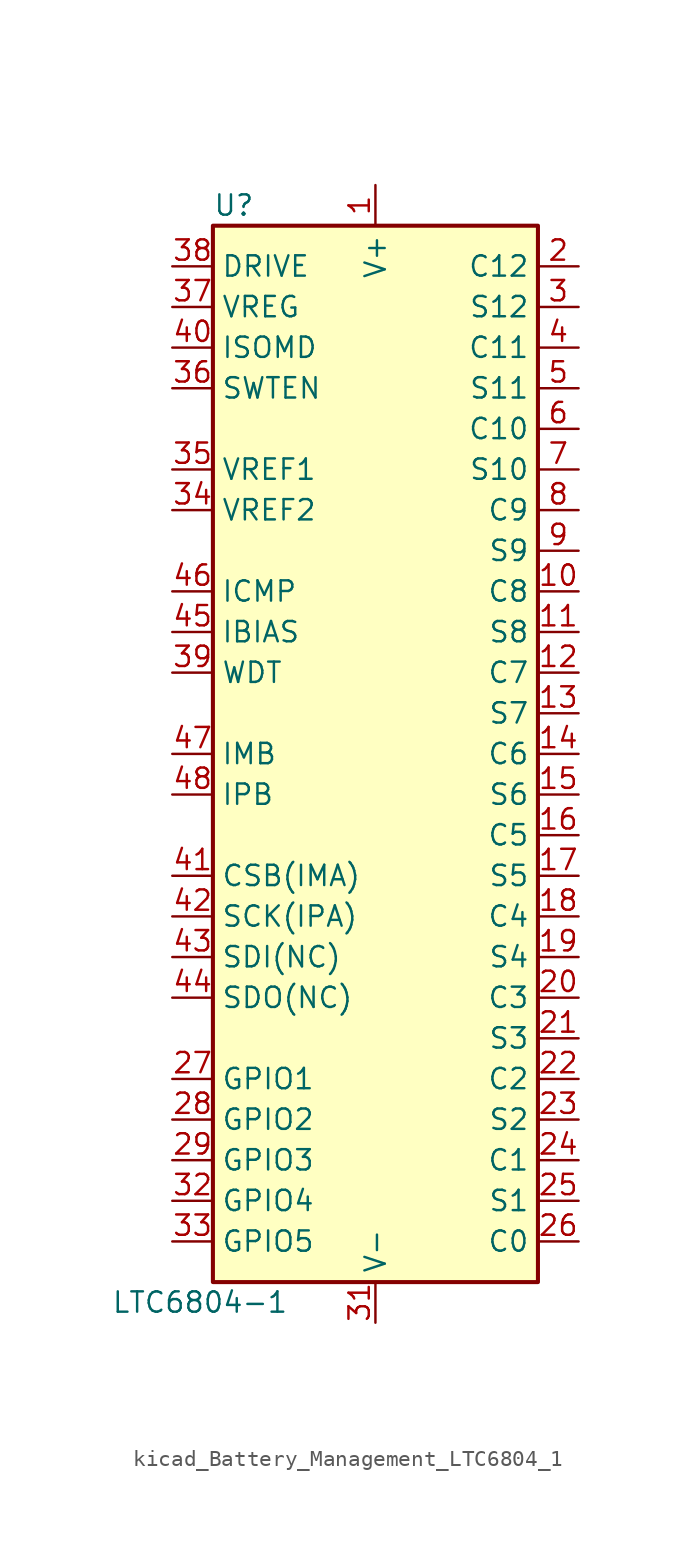
<source format=kicad_sym>
(kicad_symbol_lib
  (version 20220914)
  (generator kicad_symbol_editor)
  (symbol "kicad_Battery_Management_LTC6804_1"
    (property "Reference" "U"
      (at -10.16 34.29 0)
      (effects (font (size 1.27 1.27)) (justify left)))
    (property "Value" "LTC6804-1"
      (at -16.51 -34.29 0)
      (effects (font (size 1.27 1.27)) (justify left)))
    (symbol "kicad_Battery_Management_LTC6804_1_0_1"
      (rectangle (start 10.16 -33.02) (end -10.16 33.02) (stroke (width 0.254) (type default)) (fill (type background))))
    (symbol "kicad_Battery_Management_LTC6804_1_1_1"
      (pin power_in line (at 0 35.56 270) (length 2.54) (name "V+" (effects (font (size 1.27 1.27)))) (number "1" (effects (font (size 1.27 1.27)))))
      (pin input line (at 12.7 10.16 180) (length 2.54) (name "C8" (effects (font (size 1.27 1.27)))) (number "10" (effects (font (size 1.27 1.27)))))
      (pin bidirectional line (at 12.7 7.62 180) (length 2.54) (name "S8" (effects (font (size 1.27 1.27)))) (number "11" (effects (font (size 1.27 1.27)))))
      (pin input line (at 12.7 5.08 180) (length 2.54) (name "C7" (effects (font (size 1.27 1.27)))) (number "12" (effects (font (size 1.27 1.27)))))
      (pin bidirectional line (at 12.7 2.54 180) (length 2.54) (name "S7" (effects (font (size 1.27 1.27)))) (number "13" (effects (font (size 1.27 1.27)))))
      (pin input line (at 12.7 0 180) (length 2.54) (name "C6" (effects (font (size 1.27 1.27)))) (number "14" (effects (font (size 1.27 1.27)))))
      (pin bidirectional line (at 12.7 -2.54 180) (length 2.54) (name "S6" (effects (font (size 1.27 1.27)))) (number "15" (effects (font (size 1.27 1.27)))))
      (pin input line (at 12.7 -5.08 180) (length 2.54) (name "C5" (effects (font (size 1.27 1.27)))) (number "16" (effects (font (size 1.27 1.27)))))
      (pin bidirectional line (at 12.7 -7.62 180) (length 2.54) (name "S5" (effects (font (size 1.27 1.27)))) (number "17" (effects (font (size 1.27 1.27)))))
      (pin input line (at 12.7 -10.16 180) (length 2.54) (name "C4" (effects (font (size 1.27 1.27)))) (number "18" (effects (font (size 1.27 1.27)))))
      (pin bidirectional line (at 12.7 -12.7 180) (length 2.54) (name "S4" (effects (font (size 1.27 1.27)))) (number "19" (effects (font (size 1.27 1.27)))))
      (pin input line (at 12.7 30.48 180) (length 2.54) (name "C12" (effects (font (size 1.27 1.27)))) (number "2" (effects (font (size 1.27 1.27)))))
      (pin input line (at 12.7 -15.24 180) (length 2.54) (name "C3" (effects (font (size 1.27 1.27)))) (number "20" (effects (font (size 1.27 1.27)))))
      (pin bidirectional line (at 12.7 -17.78 180) (length 2.54) (name "S3" (effects (font (size 1.27 1.27)))) (number "21" (effects (font (size 1.27 1.27)))))
      (pin input line (at 12.7 -20.32 180) (length 2.54) (name "C2" (effects (font (size 1.27 1.27)))) (number "22" (effects (font (size 1.27 1.27)))))
      (pin bidirectional line (at 12.7 -22.86 180) (length 2.54) (name "S2" (effects (font (size 1.27 1.27)))) (number "23" (effects (font (size 1.27 1.27)))))
      (pin input line (at 12.7 -25.4 180) (length 2.54) (name "C1" (effects (font (size 1.27 1.27)))) (number "24" (effects (font (size 1.27 1.27)))))
      (pin bidirectional line (at 12.7 -27.94 180) (length 2.54) (name "S1" (effects (font (size 1.27 1.27)))) (number "25" (effects (font (size 1.27 1.27)))))
      (pin input line (at 12.7 -30.48 180) (length 2.54) (name "C0" (effects (font (size 1.27 1.27)))) (number "26" (effects (font (size 1.27 1.27)))))
      (pin bidirectional line (at -12.7 -20.32 0) (length 2.54) (name "GPIO1" (effects (font (size 1.27 1.27)))) (number "27" (effects (font (size 1.27 1.27)))))
      (pin bidirectional line (at -12.7 -22.86 0) (length 2.54) (name "GPIO2" (effects (font (size 1.27 1.27)))) (number "28" (effects (font (size 1.27 1.27)))))
      (pin bidirectional line (at -12.7 -25.4 0) (length 2.54) (name "GPIO3" (effects (font (size 1.27 1.27)))) (number "29" (effects (font (size 1.27 1.27)))))
      (pin bidirectional line (at 12.7 27.94 180) (length 2.54) (name "S12" (effects (font (size 1.27 1.27)))) (number "3" (effects (font (size 1.27 1.27)))))
      (pin passive line (at 0 -35.56 90) (length 2.54) hide (name "V-" (effects (font (size 1.27 1.27)))) (number "30" (effects (font (size 1.27 1.27)))))
      (pin passive line (at 0 -35.56 90) (length 2.54) (name "V-" (effects (font (size 1.27 1.27)))) (number "31" (effects (font (size 1.27 1.27)))))
      (pin bidirectional line (at -12.7 -27.94 0) (length 2.54) (name "GPIO4" (effects (font (size 1.27 1.27)))) (number "32" (effects (font (size 1.27 1.27)))))
      (pin bidirectional line (at -12.7 -30.48 0) (length 2.54) (name "GPIO5" (effects (font (size 1.27 1.27)))) (number "33" (effects (font (size 1.27 1.27)))))
      (pin output line (at -12.7 15.24 0) (length 2.54) (name "VREF2" (effects (font (size 1.27 1.27)))) (number "34" (effects (font (size 1.27 1.27)))))
      (pin output line (at -12.7 17.78 0) (length 2.54) (name "VREF1" (effects (font (size 1.27 1.27)))) (number "35" (effects (font (size 1.27 1.27)))))
      (pin input line (at -12.7 22.86 0) (length 2.54) (name "SWTEN" (effects (font (size 1.27 1.27)))) (number "36" (effects (font (size 1.27 1.27)))))
      (pin input line (at -12.7 27.94 0) (length 2.54) (name "VREG" (effects (font (size 1.27 1.27)))) (number "37" (effects (font (size 1.27 1.27)))))
      (pin output line (at -12.7 30.48 0) (length 2.54) (name "DRIVE" (effects (font (size 1.27 1.27)))) (number "38" (effects (font (size 1.27 1.27)))))
      (pin output line (at -12.7 5.08 0) (length 2.54) (name "WDT" (effects (font (size 1.27 1.27)))) (number "39" (effects (font (size 1.27 1.27)))))
      (pin input line (at 12.7 25.4 180) (length 2.54) (name "C11" (effects (font (size 1.27 1.27)))) (number "4" (effects (font (size 1.27 1.27)))))
      (pin input line (at -12.7 25.4 0) (length 2.54) (name "ISOMD" (effects (font (size 1.27 1.27)))) (number "40" (effects (font (size 1.27 1.27)))))
      (pin bidirectional line (at -12.7 -7.62 0) (length 2.54) (name "CSB(IMA)" (effects (font (size 1.27 1.27)))) (number "41" (effects (font (size 1.27 1.27)))))
      (pin bidirectional line (at -12.7 -10.16 0) (length 2.54) (name "SCK(IPA)" (effects (font (size 1.27 1.27)))) (number "42" (effects (font (size 1.27 1.27)))))
      (pin input line (at -12.7 -12.7 0) (length 2.54) (name "SDI(NC)" (effects (font (size 1.27 1.27)))) (number "43" (effects (font (size 1.27 1.27)))))
      (pin open_collector line (at -12.7 -15.24 0) (length 2.54) (name "SDO(NC)" (effects (font (size 1.27 1.27)))) (number "44" (effects (font (size 1.27 1.27)))))
      (pin passive line (at -12.7 7.62 0) (length 2.54) (name "IBIAS" (effects (font (size 1.27 1.27)))) (number "45" (effects (font (size 1.27 1.27)))))
      (pin passive line (at -12.7 10.16 0) (length 2.54) (name "ICMP" (effects (font (size 1.27 1.27)))) (number "46" (effects (font (size 1.27 1.27)))))
      (pin bidirectional line (at -12.7 0 0) (length 2.54) (name "IMB" (effects (font (size 1.27 1.27)))) (number "47" (effects (font (size 1.27 1.27)))))
      (pin bidirectional line (at -12.7 -2.54 0) (length 2.54) (name "IPB" (effects (font (size 1.27 1.27)))) (number "48" (effects (font (size 1.27 1.27)))))
      (pin bidirectional line (at 12.7 22.86 180) (length 2.54) (name "S11" (effects (font (size 1.27 1.27)))) (number "5" (effects (font (size 1.27 1.27)))))
      (pin input line (at 12.7 20.32 180) (length 2.54) (name "C10" (effects (font (size 1.27 1.27)))) (number "6" (effects (font (size 1.27 1.27)))))
      (pin bidirectional line (at 12.7 17.78 180) (length 2.54) (name "S10" (effects (font (size 1.27 1.27)))) (number "7" (effects (font (size 1.27 1.27)))))
      (pin input line (at 12.7 15.24 180) (length 2.54) (name "C9" (effects (font (size 1.27 1.27)))) (number "8" (effects (font (size 1.27 1.27)))))
      (pin bidirectional line (at 12.7 12.7 180) (length 2.54) (name "S9" (effects (font (size 1.27 1.27)))) (number "9" (effects (font (size 1.27 1.27))))))))
</source>
